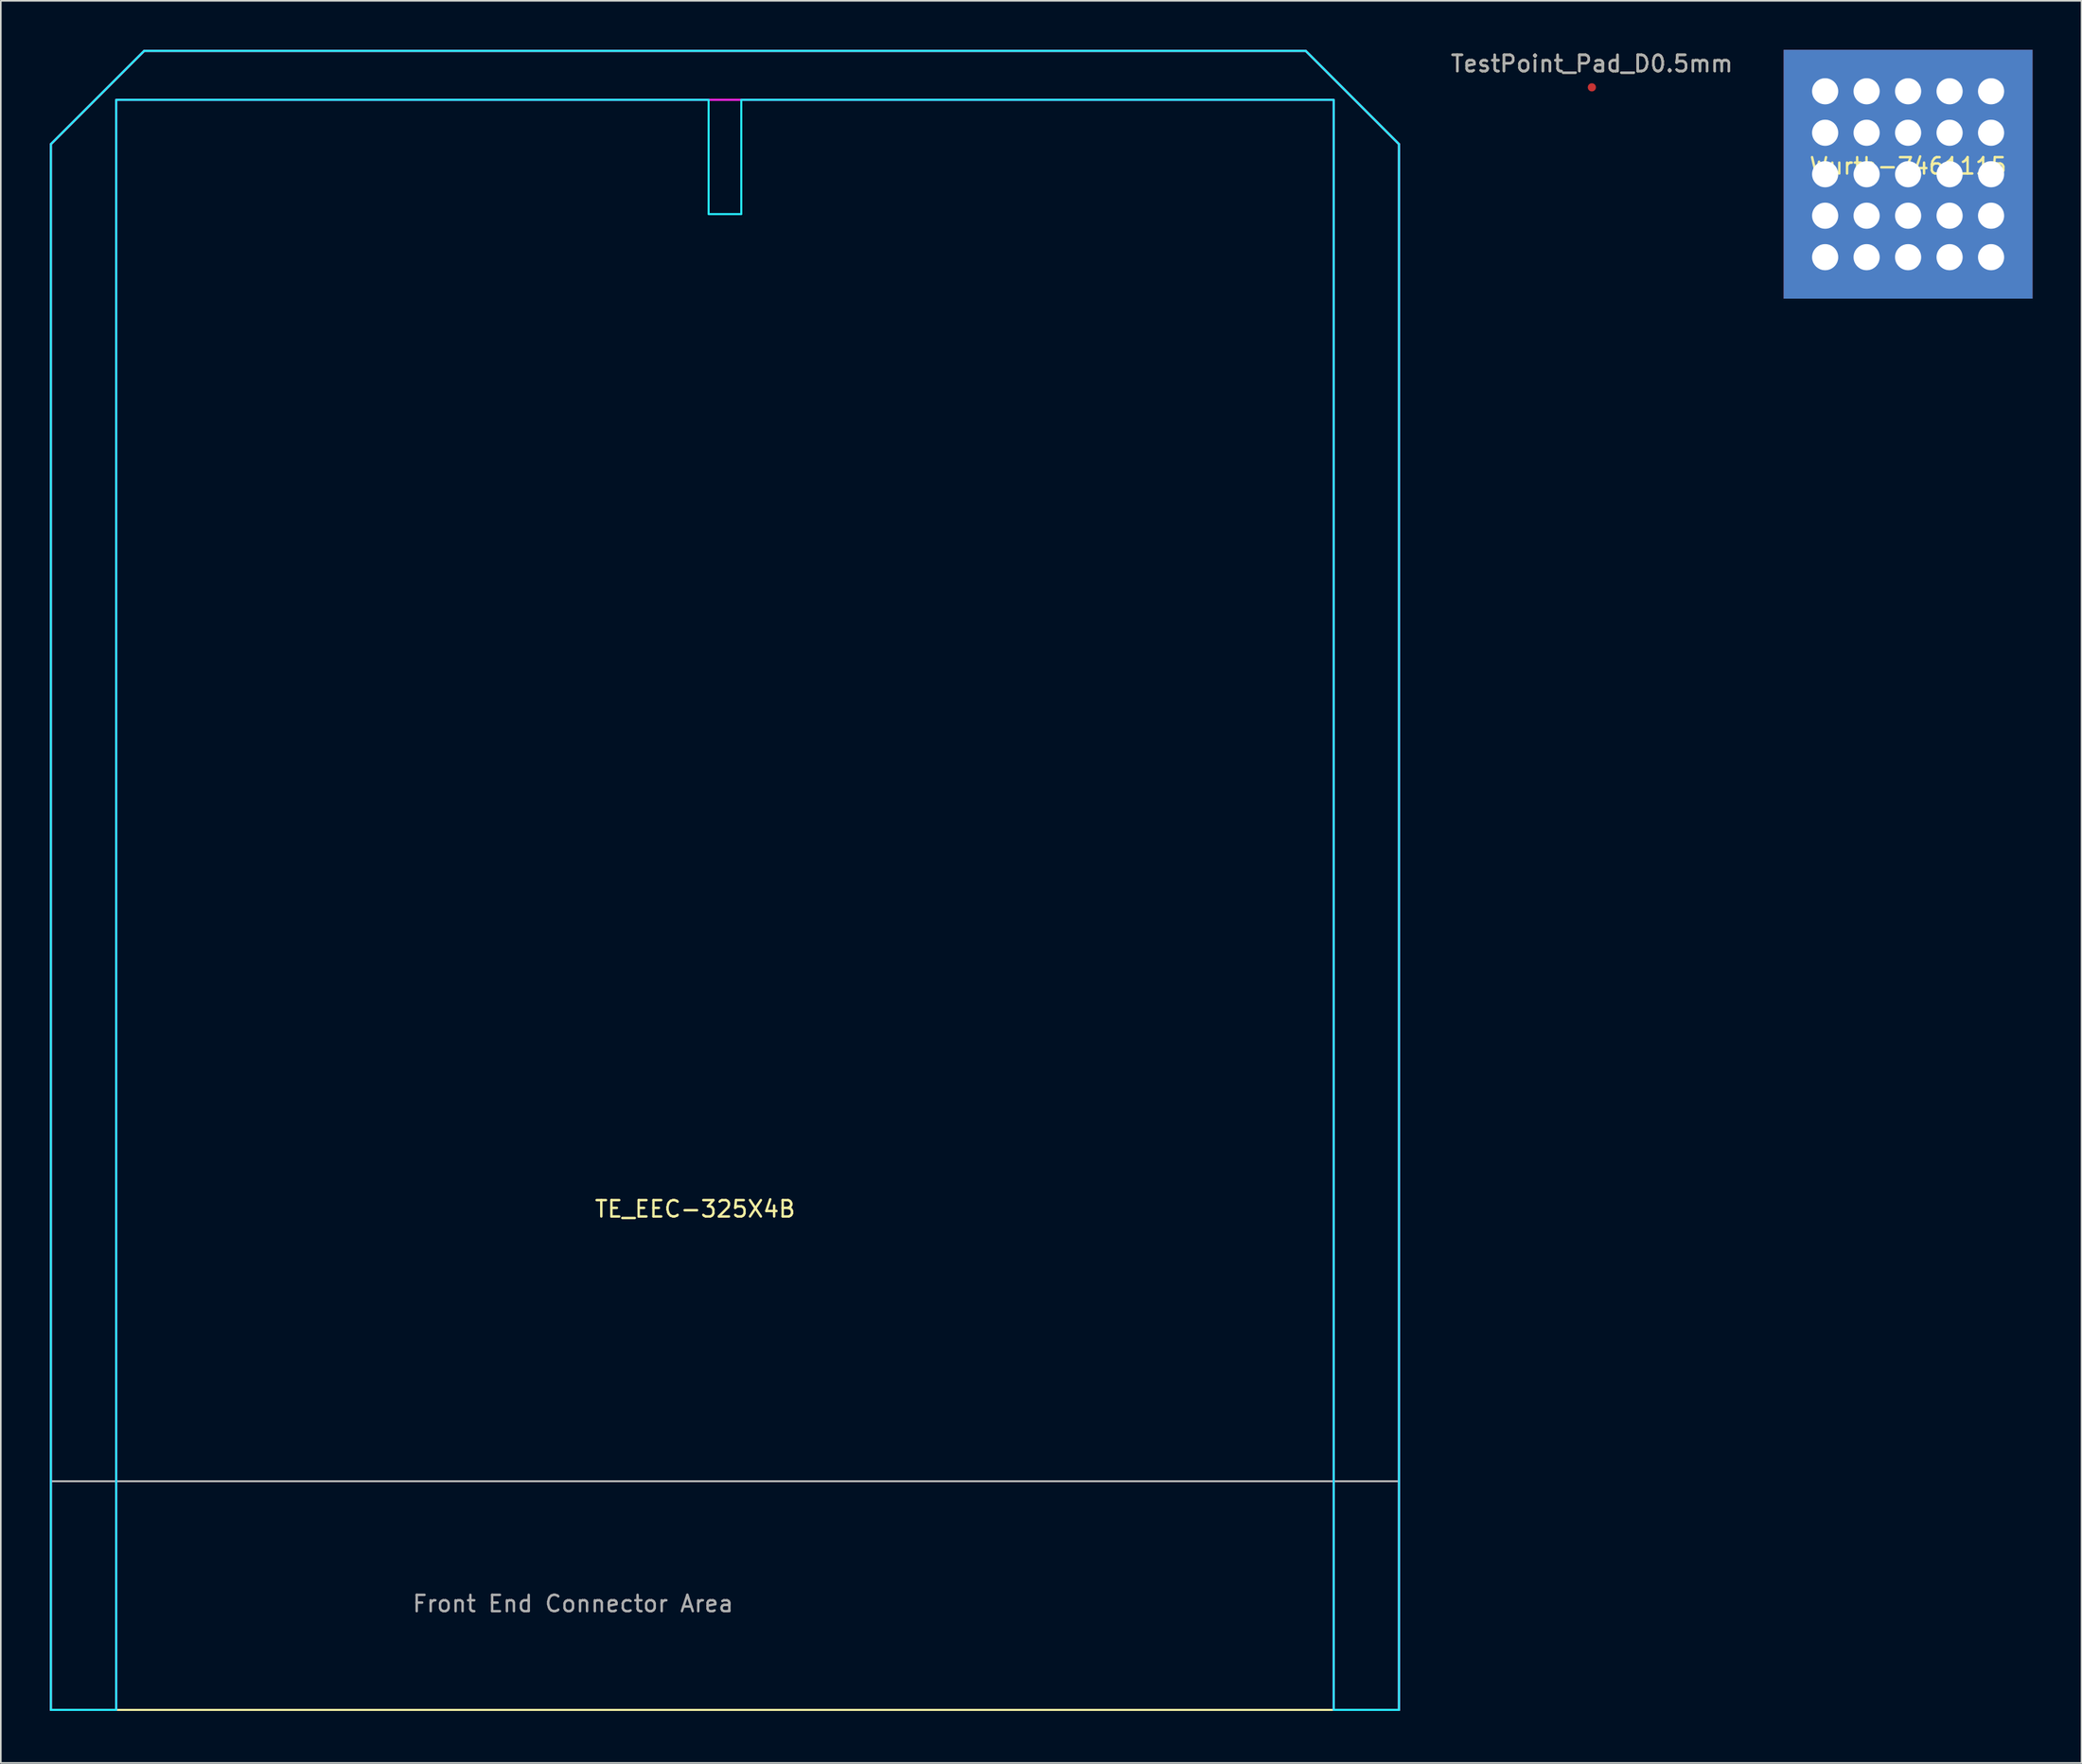
<source format=kicad_pcb>
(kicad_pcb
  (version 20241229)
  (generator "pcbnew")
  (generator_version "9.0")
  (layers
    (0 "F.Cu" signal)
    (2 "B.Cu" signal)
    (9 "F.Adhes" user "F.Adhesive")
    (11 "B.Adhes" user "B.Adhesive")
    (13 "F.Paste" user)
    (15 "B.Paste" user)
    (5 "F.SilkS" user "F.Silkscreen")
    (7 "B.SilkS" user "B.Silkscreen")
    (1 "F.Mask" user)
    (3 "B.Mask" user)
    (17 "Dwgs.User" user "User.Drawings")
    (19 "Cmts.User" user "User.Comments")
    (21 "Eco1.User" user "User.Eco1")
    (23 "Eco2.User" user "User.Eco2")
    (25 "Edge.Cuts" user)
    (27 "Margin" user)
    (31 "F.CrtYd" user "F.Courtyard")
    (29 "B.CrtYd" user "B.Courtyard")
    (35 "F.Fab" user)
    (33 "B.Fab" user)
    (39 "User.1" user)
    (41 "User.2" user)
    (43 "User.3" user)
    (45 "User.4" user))
  (footprint "TestPoint_Pad_D0.5mm"
    (layer "F.Cu")
    (at 94.421 2.298)
    (property "Reference" "TestPoint_Pad_D0.5mm" (at 0 -1.448 0) (layer "F.SilkS") (effects (font (size 1 1) (thickness 0.15))))
    (attr exclude_from_pos_files exclude_from_bom)
    (fp_text user "${REFERENCE}" (at 0 -1.45 0) (layer "F.Fab") (effects (font (size 1 1) (thickness 0.15))))
    (pad "1" smd circle (at 0 0) (size 0.5 0.5) (layers "F.Cu" "F.Mask")))
  (footprint "TE_EEC-325X4B"
    (layer "F.Cu")
    (at 41.339 101.663)
    (property "Reference" "TE_EEC-325X4B" (at -1.827 -30.674 0) (layer "F.SilkS") (effects (font (size 1.001 1.001) (thickness 0.15))))
    (attr smd)
    (fp_line (start -41.275 0) (end -41.275 -95.885) (stroke (width 0.127) (type solid)) (layer "F.SilkS"))
    (fp_line (start -35.56 -101.6) (end -41.275 -95.885) (stroke (width 0.127) (type solid)) (layer "F.SilkS"))
    (fp_line (start -35.56 -101.6) (end 35.56 -101.6) (stroke (width 0.127) (type solid)) (layer "F.SilkS"))
    (fp_line (start 41.275 -95.885) (end 35.56 -101.6) (stroke (width 0.127) (type solid)) (layer "F.SilkS"))
    (fp_line (start 41.275 -95.885) (end 41.275 0) (stroke (width 0.127) (type solid)) (layer "F.SilkS"))
    (fp_line (start 41.275 0) (end -41.275 0) (stroke (width 0.127) (type solid)) (layer "F.SilkS"))
    (fp_poly (pts (xy -41.275 0) (xy -37.275 0) (xy -37.275 -98.6) (xy -1 -98.6) (xy -1 -91.6) (xy 1 -91.6) (xy 1 -98.6) (xy 37.275 -98.6) (xy 37.275 0) (xy 41.275 0) (xy 41.275 -95.885) (xy 35.56 -101.6) (xy -35.56 -101.6) (xy -41.275 -95.885)) (stroke (width 0.127) (type solid)) (fill no) (layer "B.CrtYd"))
    (fp_poly (pts (xy -41.275 0) (xy -37.275 0) (xy -37.275 -98.6) (xy 37.275 -98.6) (xy 37.275 0) (xy 41.275 0) (xy 41.275 -95.885) (xy 35.56 -101.6) (xy -35.56 -101.6) (xy -41.275 -95.885)) (stroke (width 0.127) (type solid)) (fill no) (layer "F.CrtYd"))
    (fp_line (start -41.275 -14) (end 41.275 -14) (stroke (width 0.127) (type solid)) (layer "F.Fab"))
    (fp_text user "Front End Connector Area" (at -9.302 -6.502 0) (layer "F.Fab") (effects (font (size 1 1) (thickness 0.15)))))
  (footprint "Wurth-7461115"
    (layer "F.Cu")
    (at 113.785 7.62)
    (property "Reference" "Wurth-7461115" (at 0 -0.5 0) (unlocked yes) (layer "F.SilkS") (effects (font (size 1 1) (thickness 0.15))))
    (attr through_hole)
    (pad "1" thru_hole circle (at -5.08 -5.08) (size 2 2) (drill 1.6) (layers "*.Cu" "*.Mask"))
    (pad "1" thru_hole circle (at -5.08 -2.54) (size 2 2) (drill 1.6) (layers "*.Cu" "*.Mask"))
    (pad "1" thru_hole circle (at -5.08 0) (size 2 2) (drill 1.6) (layers "*.Cu" "*.Mask"))
    (pad "1" thru_hole circle (at -5.08 2.54) (size 2 2) (drill 1.6) (layers "*.Cu" "*.Mask"))
    (pad "1" thru_hole circle (at -5.08 5.08) (size 2 2) (drill 1.6) (layers "*.Cu" "*.Mask"))
    (pad "1" thru_hole circle (at -2.54 -5.08) (size 2 2) (drill 1.6) (layers "*.Cu" "*.Mask"))
    (pad "1" thru_hole circle (at -2.54 -2.54) (size 2 2) (drill 1.6) (layers "*.Cu" "*.Mask"))
    (pad "1" thru_hole circle (at -2.54 0) (size 2 2) (drill 1.6) (layers "*.Cu" "*.Mask"))
    (pad "1" thru_hole circle (at -2.54 2.54) (size 2 2) (drill 1.6) (layers "*.Cu" "*.Mask"))
    (pad "1" thru_hole circle (at -2.54 5.08) (size 2 2) (drill 1.6) (layers "*.Cu" "*.Mask"))
    (pad "1" thru_hole circle (at 0 -5.08) (size 2 2) (drill 1.6) (layers "*.Cu" "*.Mask"))
    (pad "1" thru_hole circle (at 0 -2.54) (size 2 2) (drill 1.6) (layers "*.Cu" "*.Mask"))
    (pad "1" thru_hole circle (at 0 0) (size 2 2) (drill 1.6) (layers "*.Cu" "*.Mask"))
    (pad "1" smd rect (at 0 0) (size 15.24 15.24) (layers "F.Cu" "F.Mask"))
    (pad "1" smd rect (at 0 0) (size 15.24 15.24) (layers "B.Cu"))
    (pad "1" thru_hole circle (at 0 2.54) (size 2 2) (drill 1.6) (layers "*.Cu" "*.Mask"))
    (pad "1" thru_hole circle (at 0 5.08) (size 2 2) (drill 1.6) (layers "*.Cu" "*.Mask"))
    (pad "1" thru_hole circle (at 2.54 -5.08) (size 2 2) (drill 1.6) (layers "*.Cu" "*.Mask"))
    (pad "1" thru_hole circle (at 2.54 -2.54) (size 2 2) (drill 1.6) (layers "*.Cu" "*.Mask"))
    (pad "1" thru_hole circle (at 2.54 0) (size 2 2) (drill 1.6) (layers "*.Cu" "*.Mask"))
    (pad "1" thru_hole circle (at 2.54 2.54) (size 2 2) (drill 1.6) (layers "*.Cu" "*.Mask"))
    (pad "1" thru_hole circle (at 2.54 5.08) (size 2 2) (drill 1.6) (layers "*.Cu" "*.Mask"))
    (pad "1" thru_hole circle (at 5.08 -5.08) (size 2 2) (drill 1.6) (layers "*.Cu" "*.Mask"))
    (pad "1" thru_hole circle (at 5.08 -2.54) (size 2 2) (drill 1.6) (layers "*.Cu" "*.Mask"))
    (pad "1" thru_hole circle (at 5.08 0) (size 2 2) (drill 1.6) (layers "*.Cu" "*.Mask"))
    (pad "1" thru_hole circle (at 5.08 2.54) (size 2 2) (drill 1.6) (layers "*.Cu" "*.Mask"))
    (pad "1" thru_hole circle (at 5.08 5.08) (size 2 2) (drill 1.6) (layers "*.Cu" "*.Mask")))
  (gr_rect
    (start -3 -3)
    (end 124.405 104.913)
    (stroke (width 0.1) (type default))
    (fill no)
    (layer "Edge.Cuts")))
</source>
